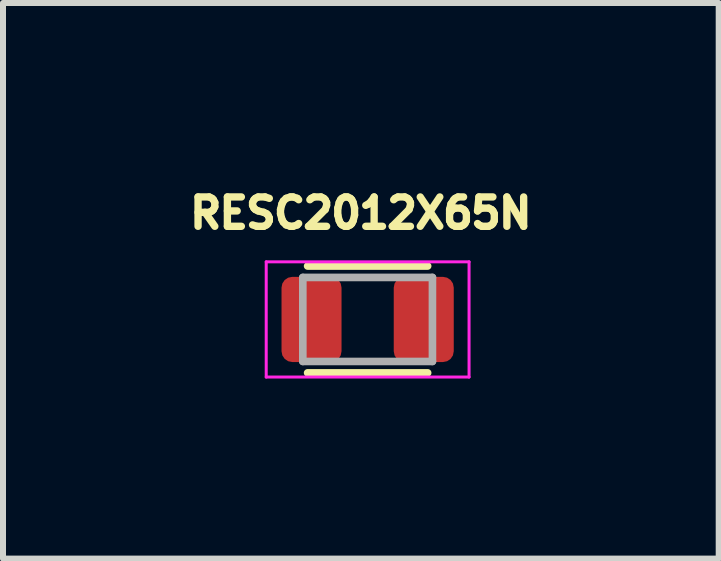
<source format=kicad_pcb>
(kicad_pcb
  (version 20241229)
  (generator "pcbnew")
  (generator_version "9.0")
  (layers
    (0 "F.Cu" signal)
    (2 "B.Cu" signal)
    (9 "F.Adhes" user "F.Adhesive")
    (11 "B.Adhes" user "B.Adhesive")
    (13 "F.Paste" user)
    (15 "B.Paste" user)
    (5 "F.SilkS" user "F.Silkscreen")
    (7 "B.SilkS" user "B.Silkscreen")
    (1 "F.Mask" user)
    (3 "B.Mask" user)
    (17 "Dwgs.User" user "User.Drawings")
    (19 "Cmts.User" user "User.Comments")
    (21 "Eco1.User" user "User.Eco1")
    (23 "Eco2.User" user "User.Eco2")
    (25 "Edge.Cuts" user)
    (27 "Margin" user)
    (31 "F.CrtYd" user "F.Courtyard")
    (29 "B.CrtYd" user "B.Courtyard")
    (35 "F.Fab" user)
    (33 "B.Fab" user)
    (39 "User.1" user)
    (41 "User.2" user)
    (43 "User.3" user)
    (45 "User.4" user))
  (footprint "RESC2012X65N"
    (layer "F.Cu")
    (at 3.076 2.273)
    (property "Reference" "RESC2012X65N" (at -0.113 -1.772 0) (layer "F.SilkS") (effects (font (size 0.489 0.489) (thickness 0.15))))
    (attr through_hole)
    (fp_line (start -1 -0.89) (end 1 -0.89) (stroke (width 0.127) (type solid)) (layer "F.SilkS"))
    (fp_line (start -1 0.89) (end 1 0.89) (stroke (width 0.127) (type solid)) (layer "F.SilkS"))
    (fp_line (start -1.69 -0.96) (end 1.69 -0.96) (stroke (width 0.05) (type solid)) (layer "F.CrtYd"))
    (fp_line (start -1.69 0.96) (end -1.69 -0.96) (stroke (width 0.05) (type solid)) (layer "F.CrtYd"))
    (fp_line (start 1.69 -0.96) (end 1.69 0.96) (stroke (width 0.05) (type solid)) (layer "F.CrtYd"))
    (fp_line (start 1.69 0.96) (end -1.69 0.96) (stroke (width 0.05) (type solid)) (layer "F.CrtYd"))
    (fp_line (start -1.08 -0.7) (end -1.08 0.7) (stroke (width 0.127) (type solid)) (layer "F.Fab"))
    (fp_line (start -1.08 -0.7) (end 1.08 -0.7) (stroke (width 0.127) (type solid)) (layer "F.Fab"))
    (fp_line (start -1.08 0.7) (end 1.08 0.7) (stroke (width 0.127) (type solid)) (layer "F.Fab"))
    (fp_line (start 1.08 -0.7) (end 1.08 0.7) (stroke (width 0.127) (type solid)) (layer "F.Fab"))
    (pad "1" smd roundrect (at -0.935 0) (size 1 1.42) (layers "F.Cu" "F.Mask" "F.Paste") (roundrect_rratio 0.18))
    (pad "2" smd roundrect (at 0.935 0) (size 1 1.42) (layers "F.Cu" "F.Mask" "F.Paste") (roundrect_rratio 0.18)))
  (gr_rect
    (start -3 -3)
    (end 8.926 6.258)
    (stroke (width 0.1) (type default))
    (fill no)
    (layer "Edge.Cuts")))
</source>
